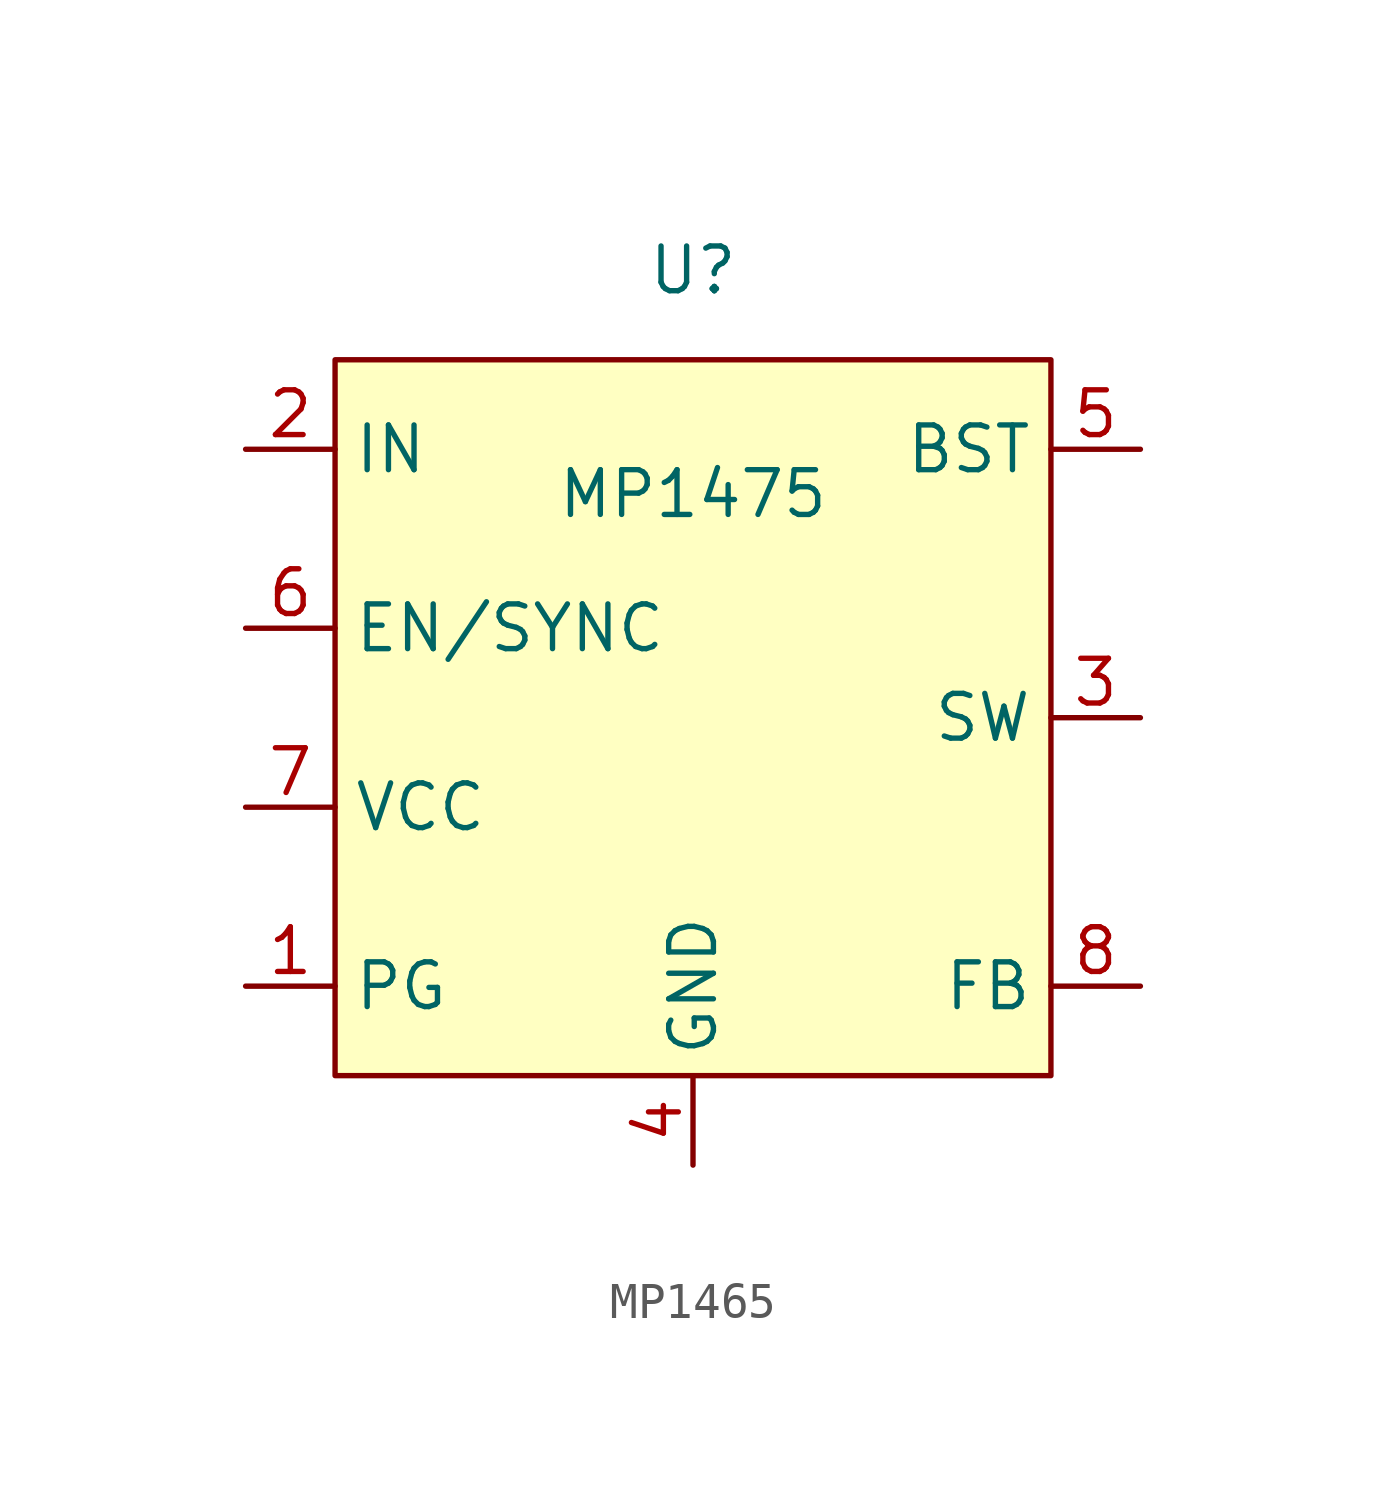
<source format=kicad_sym>
(kicad_symbol_lib
  (version 20220914)
  (generator kicad_symbol_editor)
  (symbol "MP1465"
    (property "Reference" "U"
      (at 0 12.7 0)
      (effects (font (size 1.27 1.27))))
    (property "Value" "MP1475"
      (at 0 6.35 0)
      (effects (font (size 1.27 1.27))))
    (symbol "MP1465_1_1"
      (rectangle (start -10.16 10.16) (end 10.16 -10.16) (stroke (width 0) (type default)) (fill (type background)))
      (pin bidirectional line (at -12.7 -7.62 0) (length 2.54) (name "PG" (effects (font (size 1.27 1.27)))) (number "1" (effects (font (size 1.27 1.27)))))
      (pin power_in line (at -12.7 7.62 0) (length 2.54) (name "IN" (effects (font (size 1.27 1.27)))) (number "2" (effects (font (size 1.27 1.27)))))
      (pin bidirectional line (at 12.7 0 180) (length 2.54) (name "SW" (effects (font (size 1.27 1.27)))) (number "3" (effects (font (size 1.27 1.27)))))
      (pin power_in line (at 0 -12.7 90) (length 2.54) (name "GND" (effects (font (size 1.27 1.27)))) (number "4" (effects (font (size 1.27 1.27)))))
      (pin bidirectional line (at 12.7 7.62 180) (length 2.54) (name "BST" (effects (font (size 1.27 1.27)))) (number "5" (effects (font (size 1.27 1.27)))))
      (pin bidirectional line (at -12.7 2.54 0) (length 2.54) (name "EN/SYNC" (effects (font (size 1.27 1.27)))) (number "6" (effects (font (size 1.27 1.27)))))
      (pin power_in line (at -12.7 -2.54 0) (length 2.54) (name "VCC" (effects (font (size 1.27 1.27)))) (number "7" (effects (font (size 1.27 1.27)))))
      (pin bidirectional line (at 12.7 -7.62 180) (length 2.54) (name "FB" (effects (font (size 1.27 1.27)))) (number "8" (effects (font (size 1.27 1.27))))))))
</source>
